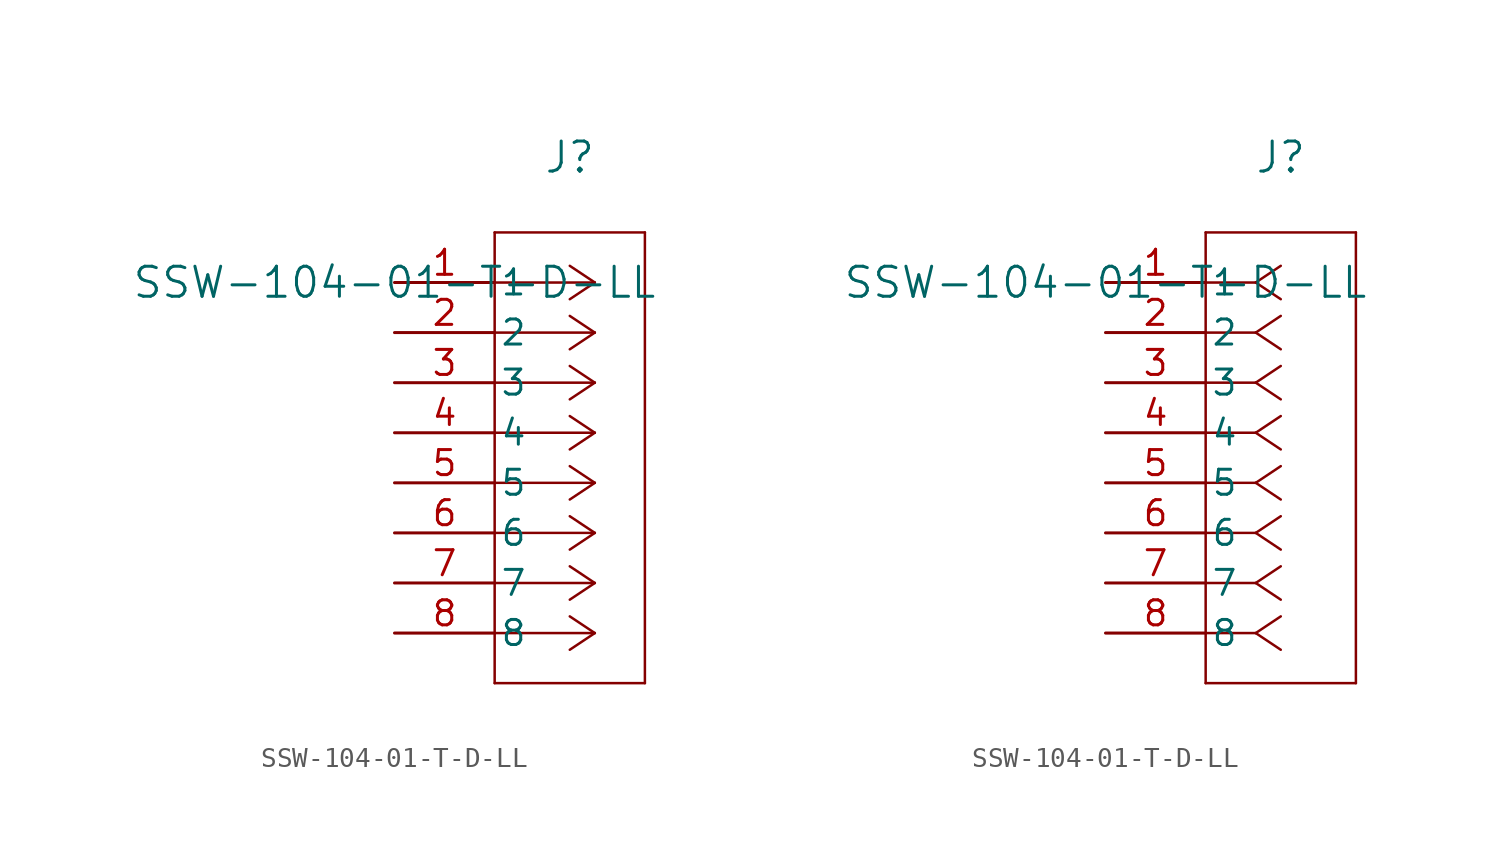
<source format=kicad_sym>
(kicad_symbol_lib
  (version 20211014)
  (generator kicad_symbol_editor)
  (symbol "SSW-104-01-T-D-LL"
    (pin_names
      (offset 0.254))
    (property "Reference" "J"
      (at 8.89 6.35 0)
      (effects (font (size 1.524 1.524))))
    (property "Value" "SSW-104-01-T-D-LL"
      (at 0 0 0)
      (effects (font (size 1.524 1.524))))
    (symbol "SSW-104-01-T-D-LL_1_1"
      (polyline (pts (xy 10.16 0) (xy 5.08 0)) (stroke (width 0.127) (type default) (color 0 0 0 0)) (fill (type none)))
      (polyline (pts (xy 10.16 -2.54) (xy 5.08 -2.54)) (stroke (width 0.127) (type default) (color 0 0 0 0)) (fill (type none)))
      (polyline (pts (xy 10.16 -5.08) (xy 5.08 -5.08)) (stroke (width 0.127) (type default) (color 0 0 0 0)) (fill (type none)))
      (polyline (pts (xy 10.16 -7.62) (xy 5.08 -7.62)) (stroke (width 0.127) (type default) (color 0 0 0 0)) (fill (type none)))
      (polyline (pts (xy 10.16 -10.16) (xy 5.08 -10.16)) (stroke (width 0.127) (type default) (color 0 0 0 0)) (fill (type none)))
      (polyline (pts (xy 10.16 -12.7) (xy 5.08 -12.7)) (stroke (width 0.127) (type default) (color 0 0 0 0)) (fill (type none)))
      (polyline (pts (xy 10.16 -15.24) (xy 5.08 -15.24)) (stroke (width 0.127) (type default) (color 0 0 0 0)) (fill (type none)))
      (polyline (pts (xy 10.16 -17.78) (xy 5.08 -17.78)) (stroke (width 0.127) (type default) (color 0 0 0 0)) (fill (type none)))
      (polyline (pts (xy 10.16 0) (xy 8.89 0.847)) (stroke (width 0.127) (type default) (color 0 0 0 0)) (fill (type none)))
      (polyline (pts (xy 10.16 -2.54) (xy 8.89 -1.693)) (stroke (width 0.127) (type default) (color 0 0 0 0)) (fill (type none)))
      (polyline (pts (xy 10.16 -5.08) (xy 8.89 -4.233)) (stroke (width 0.127) (type default) (color 0 0 0 0)) (fill (type none)))
      (polyline (pts (xy 10.16 -7.62) (xy 8.89 -6.773)) (stroke (width 0.127) (type default) (color 0 0 0 0)) (fill (type none)))
      (polyline (pts (xy 10.16 -10.16) (xy 8.89 -9.313)) (stroke (width 0.127) (type default) (color 0 0 0 0)) (fill (type none)))
      (polyline (pts (xy 10.16 -12.7) (xy 8.89 -11.853)) (stroke (width 0.127) (type default) (color 0 0 0 0)) (fill (type none)))
      (polyline (pts (xy 10.16 -15.24) (xy 8.89 -14.393)) (stroke (width 0.127) (type default) (color 0 0 0 0)) (fill (type none)))
      (polyline (pts (xy 10.16 -17.78) (xy 8.89 -16.933)) (stroke (width 0.127) (type default) (color 0 0 0 0)) (fill (type none)))
      (polyline (pts (xy 10.16 0) (xy 8.89 -0.847)) (stroke (width 0.127) (type default) (color 0 0 0 0)) (fill (type none)))
      (polyline (pts (xy 10.16 -2.54) (xy 8.89 -3.387)) (stroke (width 0.127) (type default) (color 0 0 0 0)) (fill (type none)))
      (polyline (pts (xy 10.16 -5.08) (xy 8.89 -5.927)) (stroke (width 0.127) (type default) (color 0 0 0 0)) (fill (type none)))
      (polyline (pts (xy 10.16 -7.62) (xy 8.89 -8.467)) (stroke (width 0.127) (type default) (color 0 0 0 0)) (fill (type none)))
      (polyline (pts (xy 10.16 -10.16) (xy 8.89 -11.007)) (stroke (width 0.127) (type default) (color 0 0 0 0)) (fill (type none)))
      (polyline (pts (xy 10.16 -12.7) (xy 8.89 -13.547)) (stroke (width 0.127) (type default) (color 0 0 0 0)) (fill (type none)))
      (polyline (pts (xy 10.16 -15.24) (xy 8.89 -16.087)) (stroke (width 0.127) (type default) (color 0 0 0 0)) (fill (type none)))
      (polyline (pts (xy 10.16 -17.78) (xy 8.89 -18.627)) (stroke (width 0.127) (type default) (color 0 0 0 0)) (fill (type none)))
      (polyline (pts (xy 5.08 2.54) (xy 5.08 -20.32)) (stroke (width 0.127) (type default) (color 0 0 0 0)) (fill (type none)))
      (polyline (pts (xy 5.08 -20.32) (xy 12.7 -20.32)) (stroke (width 0.127) (type default) (color 0 0 0 0)) (fill (type none)))
      (polyline (pts (xy 12.7 -20.32) (xy 12.7 2.54)) (stroke (width 0.127) (type default) (color 0 0 0 0)) (fill (type none)))
      (polyline (pts (xy 12.7 2.54) (xy 5.08 2.54)) (stroke (width 0.127) (type default) (color 0 0 0 0)) (fill (type none)))
      (pin unspecified line (at 0 0 0) (length 5.08) (name "1" (effects (font (size 1.27 1.27)))) (number "1" (effects (font (size 1.27 1.27)))))
      (pin unspecified line (at 0 -2.54 0) (length 5.08) (name "2" (effects (font (size 1.27 1.27)))) (number "2" (effects (font (size 1.27 1.27)))))
      (pin unspecified line (at 0 -5.08 0) (length 5.08) (name "3" (effects (font (size 1.27 1.27)))) (number "3" (effects (font (size 1.27 1.27)))))
      (pin unspecified line (at 0 -7.62 0) (length 5.08) (name "4" (effects (font (size 1.27 1.27)))) (number "4" (effects (font (size 1.27 1.27)))))
      (pin unspecified line (at 0 -10.16 0) (length 5.08) (name "5" (effects (font (size 1.27 1.27)))) (number "5" (effects (font (size 1.27 1.27)))))
      (pin unspecified line (at 0 -12.7 0) (length 5.08) (name "6" (effects (font (size 1.27 1.27)))) (number "6" (effects (font (size 1.27 1.27)))))
      (pin unspecified line (at 0 -15.24 0) (length 5.08) (name "7" (effects (font (size 1.27 1.27)))) (number "7" (effects (font (size 1.27 1.27)))))
      (pin unspecified line (at 0 -17.78 0) (length 5.08) (name "8" (effects (font (size 1.27 1.27)))) (number "8" (effects (font (size 1.27 1.27))))))
    (symbol "SSW-104-01-T-D-LL_1_2"
      (polyline (pts (xy 7.62 0) (xy 5.08 0)) (stroke (width 0.127) (type default) (color 0 0 0 0)) (fill (type none)))
      (polyline (pts (xy 7.62 -2.54) (xy 5.08 -2.54)) (stroke (width 0.127) (type default) (color 0 0 0 0)) (fill (type none)))
      (polyline (pts (xy 7.62 -5.08) (xy 5.08 -5.08)) (stroke (width 0.127) (type default) (color 0 0 0 0)) (fill (type none)))
      (polyline (pts (xy 7.62 -7.62) (xy 5.08 -7.62)) (stroke (width 0.127) (type default) (color 0 0 0 0)) (fill (type none)))
      (polyline (pts (xy 7.62 -10.16) (xy 5.08 -10.16)) (stroke (width 0.127) (type default) (color 0 0 0 0)) (fill (type none)))
      (polyline (pts (xy 7.62 -12.7) (xy 5.08 -12.7)) (stroke (width 0.127) (type default) (color 0 0 0 0)) (fill (type none)))
      (polyline (pts (xy 7.62 -15.24) (xy 5.08 -15.24)) (stroke (width 0.127) (type default) (color 0 0 0 0)) (fill (type none)))
      (polyline (pts (xy 7.62 -17.78) (xy 5.08 -17.78)) (stroke (width 0.127) (type default) (color 0 0 0 0)) (fill (type none)))
      (polyline (pts (xy 7.62 0) (xy 8.89 0.847)) (stroke (width 0.127) (type default) (color 0 0 0 0)) (fill (type none)))
      (polyline (pts (xy 7.62 -2.54) (xy 8.89 -1.693)) (stroke (width 0.127) (type default) (color 0 0 0 0)) (fill (type none)))
      (polyline (pts (xy 7.62 -5.08) (xy 8.89 -4.233)) (stroke (width 0.127) (type default) (color 0 0 0 0)) (fill (type none)))
      (polyline (pts (xy 7.62 -7.62) (xy 8.89 -6.773)) (stroke (width 0.127) (type default) (color 0 0 0 0)) (fill (type none)))
      (polyline (pts (xy 7.62 -10.16) (xy 8.89 -9.313)) (stroke (width 0.127) (type default) (color 0 0 0 0)) (fill (type none)))
      (polyline (pts (xy 7.62 -12.7) (xy 8.89 -11.853)) (stroke (width 0.127) (type default) (color 0 0 0 0)) (fill (type none)))
      (polyline (pts (xy 7.62 -15.24) (xy 8.89 -14.393)) (stroke (width 0.127) (type default) (color 0 0 0 0)) (fill (type none)))
      (polyline (pts (xy 7.62 -17.78) (xy 8.89 -16.933)) (stroke (width 0.127) (type default) (color 0 0 0 0)) (fill (type none)))
      (polyline (pts (xy 7.62 0) (xy 8.89 -0.847)) (stroke (width 0.127) (type default) (color 0 0 0 0)) (fill (type none)))
      (polyline (pts (xy 7.62 -2.54) (xy 8.89 -3.387)) (stroke (width 0.127) (type default) (color 0 0 0 0)) (fill (type none)))
      (polyline (pts (xy 7.62 -5.08) (xy 8.89 -5.927)) (stroke (width 0.127) (type default) (color 0 0 0 0)) (fill (type none)))
      (polyline (pts (xy 7.62 -7.62) (xy 8.89 -8.467)) (stroke (width 0.127) (type default) (color 0 0 0 0)) (fill (type none)))
      (polyline (pts (xy 7.62 -10.16) (xy 8.89 -11.007)) (stroke (width 0.127) (type default) (color 0 0 0 0)) (fill (type none)))
      (polyline (pts (xy 7.62 -12.7) (xy 8.89 -13.547)) (stroke (width 0.127) (type default) (color 0 0 0 0)) (fill (type none)))
      (polyline (pts (xy 7.62 -15.24) (xy 8.89 -16.087)) (stroke (width 0.127) (type default) (color 0 0 0 0)) (fill (type none)))
      (polyline (pts (xy 7.62 -17.78) (xy 8.89 -18.627)) (stroke (width 0.127) (type default) (color 0 0 0 0)) (fill (type none)))
      (polyline (pts (xy 5.08 2.54) (xy 5.08 -20.32)) (stroke (width 0.127) (type default) (color 0 0 0 0)) (fill (type none)))
      (polyline (pts (xy 5.08 -20.32) (xy 12.7 -20.32)) (stroke (width 0.127) (type default) (color 0 0 0 0)) (fill (type none)))
      (polyline (pts (xy 12.7 -20.32) (xy 12.7 2.54)) (stroke (width 0.127) (type default) (color 0 0 0 0)) (fill (type none)))
      (polyline (pts (xy 12.7 2.54) (xy 5.08 2.54)) (stroke (width 0.127) (type default) (color 0 0 0 0)) (fill (type none)))
      (pin unspecified line (at 0 0 0) (length 5.08) (name "1" (effects (font (size 1.27 1.27)))) (number "1" (effects (font (size 1.27 1.27)))))
      (pin unspecified line (at 0 -2.54 0) (length 5.08) (name "2" (effects (font (size 1.27 1.27)))) (number "2" (effects (font (size 1.27 1.27)))))
      (pin unspecified line (at 0 -5.08 0) (length 5.08) (name "3" (effects (font (size 1.27 1.27)))) (number "3" (effects (font (size 1.27 1.27)))))
      (pin unspecified line (at 0 -7.62 0) (length 5.08) (name "4" (effects (font (size 1.27 1.27)))) (number "4" (effects (font (size 1.27 1.27)))))
      (pin unspecified line (at 0 -10.16 0) (length 5.08) (name "5" (effects (font (size 1.27 1.27)))) (number "5" (effects (font (size 1.27 1.27)))))
      (pin unspecified line (at 0 -12.7 0) (length 5.08) (name "6" (effects (font (size 1.27 1.27)))) (number "6" (effects (font (size 1.27 1.27)))))
      (pin unspecified line (at 0 -15.24 0) (length 5.08) (name "7" (effects (font (size 1.27 1.27)))) (number "7" (effects (font (size 1.27 1.27)))))
      (pin unspecified line (at 0 -17.78 0) (length 5.08) (name "8" (effects (font (size 1.27 1.27)))) (number "8" (effects (font (size 1.27 1.27))))))))
</source>
